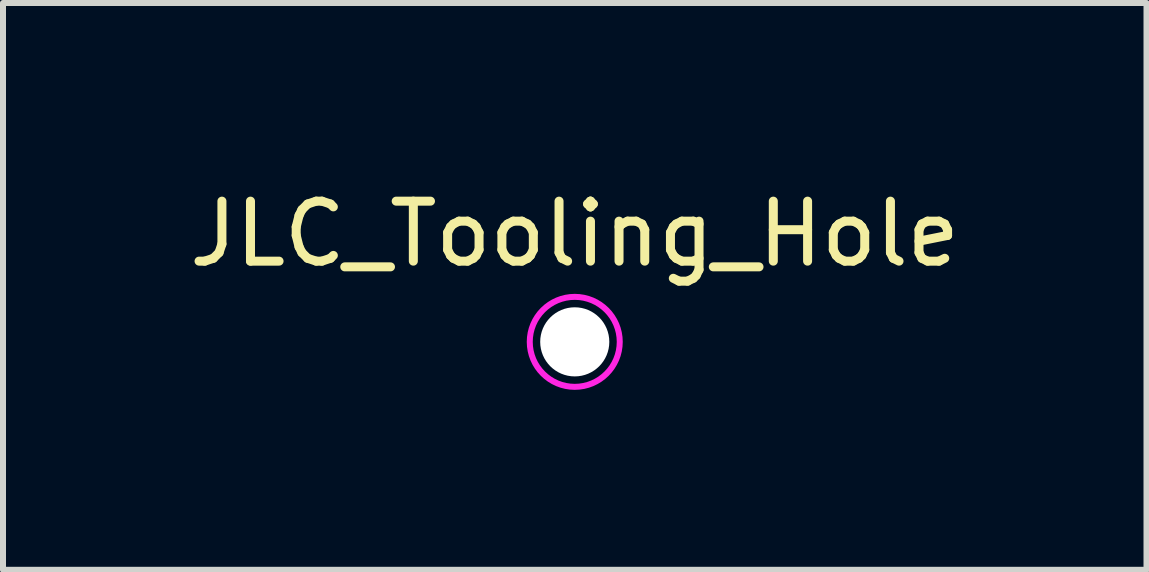
<source format=kicad_pcb>
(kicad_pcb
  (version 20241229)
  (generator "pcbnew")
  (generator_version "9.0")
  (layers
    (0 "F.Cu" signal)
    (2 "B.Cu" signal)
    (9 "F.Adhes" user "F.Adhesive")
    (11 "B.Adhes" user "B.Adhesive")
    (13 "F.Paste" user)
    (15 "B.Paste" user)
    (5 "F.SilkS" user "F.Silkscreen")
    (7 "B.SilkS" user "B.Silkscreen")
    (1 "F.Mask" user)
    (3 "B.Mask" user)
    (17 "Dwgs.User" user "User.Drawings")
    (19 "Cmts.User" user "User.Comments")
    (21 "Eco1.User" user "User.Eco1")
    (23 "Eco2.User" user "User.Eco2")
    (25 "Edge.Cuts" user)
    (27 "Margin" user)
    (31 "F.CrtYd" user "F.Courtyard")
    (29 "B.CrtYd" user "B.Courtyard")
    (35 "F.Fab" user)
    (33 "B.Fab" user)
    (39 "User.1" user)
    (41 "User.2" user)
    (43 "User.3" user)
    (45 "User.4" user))
  (footprint "JLC_Tooling_Hole"
    (layer "F.Cu")
    (at 6.53 2.648)
    (property "Reference" "JLC_Tooling_Hole" (at 0 -1.8 0) (layer "F.SilkS") (effects (font (size 1 1) (thickness 0.15))))
    (attr through_hole)
    (fp_circle (center 0 0) (end 0.75 0) (stroke (width 0.1) (type solid)) (fill no) (layer "F.CrtYd"))
    (pad "" np_thru_hole circle (at 0 0) (size 1.152 1.152) (drill 1.152) (layers "*.Cu" "*.Mask")))
  (gr_rect
    (start -3 -3)
    (end 16.06 6.448)
    (stroke (width 0.1) (type default))
    (fill no)
    (layer "Edge.Cuts")))
</source>
